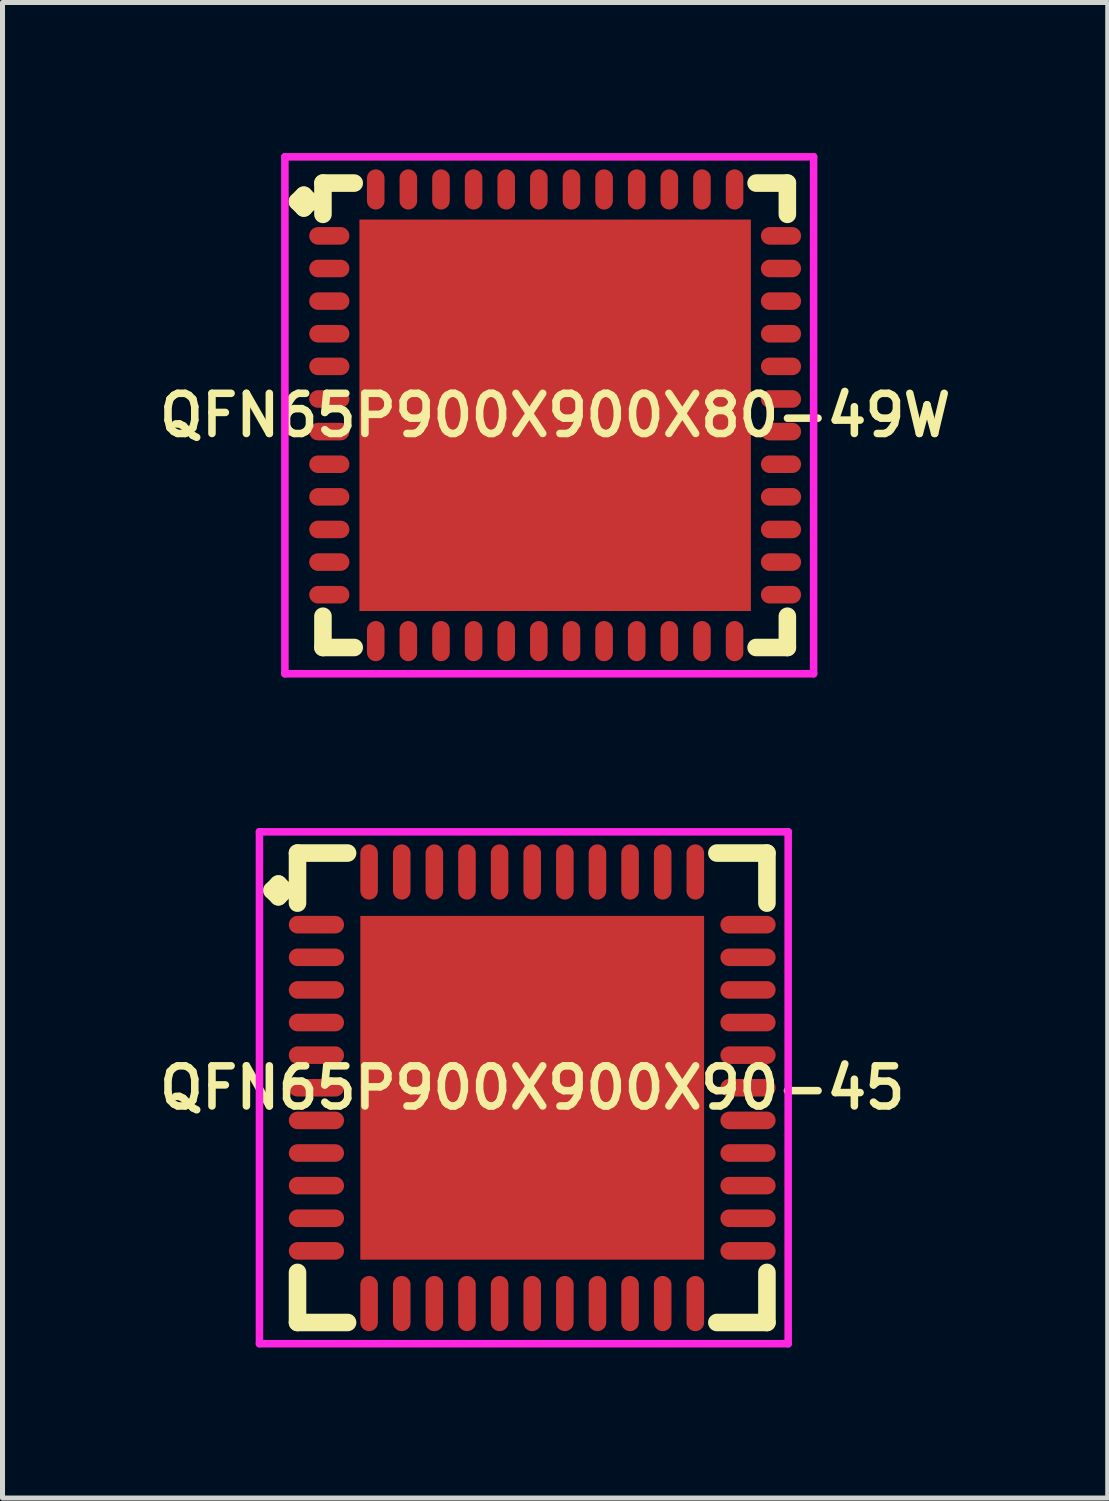
<source format=kicad_pcb>
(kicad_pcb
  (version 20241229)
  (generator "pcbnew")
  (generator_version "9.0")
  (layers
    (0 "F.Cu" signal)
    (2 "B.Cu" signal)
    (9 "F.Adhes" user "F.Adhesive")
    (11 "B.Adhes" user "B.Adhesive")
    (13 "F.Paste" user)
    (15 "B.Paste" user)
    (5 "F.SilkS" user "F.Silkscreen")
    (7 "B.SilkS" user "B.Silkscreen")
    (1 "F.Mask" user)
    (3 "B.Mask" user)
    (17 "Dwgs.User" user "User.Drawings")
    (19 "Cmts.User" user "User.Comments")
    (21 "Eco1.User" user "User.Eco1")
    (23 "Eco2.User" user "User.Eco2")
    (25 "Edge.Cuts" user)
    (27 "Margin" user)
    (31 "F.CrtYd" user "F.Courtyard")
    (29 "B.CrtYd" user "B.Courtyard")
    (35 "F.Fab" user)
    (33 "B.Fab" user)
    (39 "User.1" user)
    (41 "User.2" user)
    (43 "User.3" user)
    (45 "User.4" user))
  (footprint "QFN65P900X900X80-49W"
    (layer "F.Cu")
    (at 8.012 5.225)
    (property "Reference" "QFN65P900X900X80-49W" (at 0 0 0) (layer "F.SilkS") (effects (font (size 0.8 0.8) (thickness 0.15))))
    (attr smd)
    (fp_line (start -5.135 -4.258) (end -5.008 -4.385) (stroke (width 0.35) (type solid)) (layer "F.SilkS"))
    (fp_line (start -5.008 -4.385) (end -4.881 -4.258) (stroke (width 0.35) (type solid)) (layer "F.SilkS"))
    (fp_line (start -5.008 -4.131) (end -5.135 -4.258) (stroke (width 0.35) (type solid)) (layer "F.SilkS"))
    (fp_line (start -4.881 -4.258) (end -5.008 -4.131) (stroke (width 0.35) (type solid)) (layer "F.SilkS"))
    (fp_line (start -4.627 -4.627) (end -4.004 -4.627) (stroke (width 0.35) (type solid)) (layer "F.SilkS"))
    (fp_line (start -4.627 -4.004) (end -4.627 -4.627) (stroke (width 0.35) (type solid)) (layer "F.SilkS"))
    (fp_line (start -4.627 4.004) (end -4.627 4.627) (stroke (width 0.35) (type solid)) (layer "F.SilkS"))
    (fp_line (start -4.627 4.627) (end -4.004 4.627) (stroke (width 0.35) (type solid)) (layer "F.SilkS"))
    (fp_line (start 4.004 -4.627) (end 4.627 -4.627) (stroke (width 0.35) (type solid)) (layer "F.SilkS"))
    (fp_line (start 4.004 4.627) (end 4.627 4.627) (stroke (width 0.35) (type solid)) (layer "F.SilkS"))
    (fp_line (start 4.627 -4.627) (end 4.627 -4.004) (stroke (width 0.35) (type solid)) (layer "F.SilkS"))
    (fp_line (start 4.627 4.627) (end 4.627 4.004) (stroke (width 0.35) (type solid)) (layer "F.SilkS"))
    (fp_line (start -5.385 -5.15) (end 5.15 -5.15) (stroke (width 0.15) (type solid)) (layer "F.CrtYd"))
    (fp_line (start -5.385 5.15) (end -5.385 -5.15) (stroke (width 0.15) (type solid)) (layer "F.CrtYd"))
    (fp_line (start 5.15 -5.15) (end 5.15 5.15) (stroke (width 0.15) (type solid)) (layer "F.CrtYd"))
    (fp_line (start 5.15 5.15) (end -5.385 5.15) (stroke (width 0.15) (type solid)) (layer "F.CrtYd"))
    (pad "1" smd oval (at -4.5 -3.575) (size 0.8 0.35) (layers "F.Cu" "F.Mask" "F.Paste"))
    (pad "2" smd oval (at -4.5 -2.925) (size 0.8 0.35) (layers "F.Cu" "F.Mask" "F.Paste"))
    (pad "3" smd oval (at -4.5 -2.275) (size 0.8 0.35) (layers "F.Cu" "F.Mask" "F.Paste"))
    (pad "4" smd oval (at -4.5 -1.625) (size 0.8 0.35) (layers "F.Cu" "F.Mask" "F.Paste"))
    (pad "5" smd oval (at -4.5 -0.975) (size 0.8 0.35) (layers "F.Cu" "F.Mask" "F.Paste"))
    (pad "6" smd oval (at -4.5 -0.325) (size 0.8 0.35) (layers "F.Cu" "F.Mask" "F.Paste"))
    (pad "7" smd oval (at -4.5 0.325) (size 0.8 0.35) (layers "F.Cu" "F.Mask" "F.Paste"))
    (pad "8" smd oval (at -4.5 0.975) (size 0.8 0.35) (layers "F.Cu" "F.Mask" "F.Paste"))
    (pad "9" smd oval (at -4.5 1.625) (size 0.8 0.35) (layers "F.Cu" "F.Mask" "F.Paste"))
    (pad "10" smd oval (at -4.5 2.275) (size 0.8 0.35) (layers "F.Cu" "F.Mask" "F.Paste"))
    (pad "11" smd oval (at -4.5 2.925) (size 0.8 0.35) (layers "F.Cu" "F.Mask" "F.Paste"))
    (pad "12" smd oval (at -4.5 3.575) (size 0.8 0.35) (layers "F.Cu" "F.Mask" "F.Paste"))
    (pad "13" smd oval (at -3.575 4.5) (size 0.35 0.8) (layers "F.Cu" "F.Mask" "F.Paste"))
    (pad "14" smd oval (at -2.925 4.5) (size 0.35 0.8) (layers "F.Cu" "F.Mask" "F.Paste"))
    (pad "15" smd oval (at -2.275 4.5) (size 0.35 0.8) (layers "F.Cu" "F.Mask" "F.Paste"))
    (pad "16" smd oval (at -1.625 4.5) (size 0.35 0.8) (layers "F.Cu" "F.Mask" "F.Paste"))
    (pad "17" smd oval (at -0.975 4.5) (size 0.35 0.8) (layers "F.Cu" "F.Mask" "F.Paste"))
    (pad "18" smd oval (at -0.325 4.5) (size 0.35 0.8) (layers "F.Cu" "F.Mask" "F.Paste"))
    (pad "19" smd oval (at 0.325 4.5) (size 0.35 0.8) (layers "F.Cu" "F.Mask" "F.Paste"))
    (pad "20" smd oval (at 0.975 4.5) (size 0.35 0.8) (layers "F.Cu" "F.Mask" "F.Paste"))
    (pad "21" smd oval (at 1.625 4.5) (size 0.35 0.8) (layers "F.Cu" "F.Mask" "F.Paste"))
    (pad "22" smd oval (at 2.275 4.5) (size 0.35 0.8) (layers "F.Cu" "F.Mask" "F.Paste"))
    (pad "23" smd oval (at 2.925 4.5) (size 0.35 0.8) (layers "F.Cu" "F.Mask" "F.Paste"))
    (pad "24" smd oval (at 3.575 4.5) (size 0.35 0.8) (layers "F.Cu" "F.Mask" "F.Paste"))
    (pad "25" smd oval (at 4.5 3.575) (size 0.8 0.35) (layers "F.Cu" "F.Mask" "F.Paste"))
    (pad "26" smd oval (at 4.5 2.925) (size 0.8 0.35) (layers "F.Cu" "F.Mask" "F.Paste"))
    (pad "27" smd oval (at 4.5 2.275) (size 0.8 0.35) (layers "F.Cu" "F.Mask" "F.Paste"))
    (pad "28" smd oval (at 4.5 1.625) (size 0.8 0.35) (layers "F.Cu" "F.Mask" "F.Paste"))
    (pad "29" smd oval (at 4.5 0.975) (size 0.8 0.35) (layers "F.Cu" "F.Mask" "F.Paste"))
    (pad "30" smd oval (at 4.5 0.325) (size 0.8 0.35) (layers "F.Cu" "F.Mask" "F.Paste"))
    (pad "31" smd oval (at 4.5 -0.325) (size 0.8 0.35) (layers "F.Cu" "F.Mask" "F.Paste"))
    (pad "32" smd oval (at 4.5 -0.975) (size 0.8 0.35) (layers "F.Cu" "F.Mask" "F.Paste"))
    (pad "33" smd oval (at 4.5 -1.625) (size 0.8 0.35) (layers "F.Cu" "F.Mask" "F.Paste"))
    (pad "34" smd oval (at 4.5 -2.275) (size 0.8 0.35) (layers "F.Cu" "F.Mask" "F.Paste"))
    (pad "35" smd oval (at 4.5 -2.925) (size 0.8 0.35) (layers "F.Cu" "F.Mask" "F.Paste"))
    (pad "36" smd oval (at 4.5 -3.575) (size 0.8 0.35) (layers "F.Cu" "F.Mask" "F.Paste"))
    (pad "37" smd oval (at 3.575 -4.5) (size 0.35 0.8) (layers "F.Cu" "F.Mask" "F.Paste"))
    (pad "38" smd oval (at 2.925 -4.5) (size 0.35 0.8) (layers "F.Cu" "F.Mask" "F.Paste"))
    (pad "39" smd oval (at 2.275 -4.5) (size 0.35 0.8) (layers "F.Cu" "F.Mask" "F.Paste"))
    (pad "40" smd oval (at 1.625 -4.5) (size 0.35 0.8) (layers "F.Cu" "F.Mask" "F.Paste"))
    (pad "41" smd oval (at 0.975 -4.5) (size 0.35 0.8) (layers "F.Cu" "F.Mask" "F.Paste"))
    (pad "42" smd oval (at 0.325 -4.5) (size 0.35 0.8) (layers "F.Cu" "F.Mask" "F.Paste"))
    (pad "43" smd oval (at -0.325 -4.5) (size 0.35 0.8) (layers "F.Cu" "F.Mask" "F.Paste"))
    (pad "44" smd oval (at -0.975 -4.5) (size 0.35 0.8) (layers "F.Cu" "F.Mask" "F.Paste"))
    (pad "45" smd oval (at -1.625 -4.5) (size 0.35 0.8) (layers "F.Cu" "F.Mask" "F.Paste"))
    (pad "46" smd oval (at -2.275 -4.5) (size 0.35 0.8) (layers "F.Cu" "F.Mask" "F.Paste"))
    (pad "47" smd oval (at -2.925 -4.5) (size 0.35 0.8) (layers "F.Cu" "F.Mask" "F.Paste"))
    (pad "48" smd oval (at -3.575 -4.5) (size 0.35 0.8) (layers "F.Cu" "F.Mask" "F.Paste"))
    (pad "49" smd rect (at 0 0) (size 7.8 7.8) (layers "F.Cu" "F.Mask" "F.Paste")))
  (footprint "QFN65P900X900X90-45"
    (layer "F.Cu")
    (at 7.555 18.625)
    (property "Reference" "QFN65P900X900X90-45" (at 0 0 0) (layer "F.SilkS") (effects (font (size 0.8 0.8) (thickness 0.15))))
    (attr smd)
    (fp_line (start -5.185 -3.933) (end -5.058 -4.06) (stroke (width 0.35) (type solid)) (layer "F.SilkS"))
    (fp_line (start -5.058 -4.06) (end -4.931 -3.933) (stroke (width 0.35) (type solid)) (layer "F.SilkS"))
    (fp_line (start -5.058 -3.806) (end -5.185 -3.933) (stroke (width 0.35) (type solid)) (layer "F.SilkS"))
    (fp_line (start -4.931 -3.933) (end -5.058 -3.806) (stroke (width 0.35) (type solid)) (layer "F.SilkS"))
    (fp_line (start -4.677 -4.677) (end -3.679 -4.677) (stroke (width 0.35) (type solid)) (layer "F.SilkS"))
    (fp_line (start -4.677 -3.679) (end -4.677 -4.677) (stroke (width 0.35) (type solid)) (layer "F.SilkS"))
    (fp_line (start -4.677 3.679) (end -4.677 4.677) (stroke (width 0.35) (type solid)) (layer "F.SilkS"))
    (fp_line (start -4.677 4.677) (end -3.679 4.677) (stroke (width 0.35) (type solid)) (layer "F.SilkS"))
    (fp_line (start 3.679 -4.677) (end 4.677 -4.677) (stroke (width 0.35) (type solid)) (layer "F.SilkS"))
    (fp_line (start 3.679 4.677) (end 4.677 4.677) (stroke (width 0.35) (type solid)) (layer "F.SilkS"))
    (fp_line (start 4.677 -4.677) (end 4.677 -3.679) (stroke (width 0.35) (type solid)) (layer "F.SilkS"))
    (fp_line (start 4.677 4.677) (end 4.677 3.679) (stroke (width 0.35) (type solid)) (layer "F.SilkS"))
    (fp_line (start -5.435 -5.1) (end 5.1 -5.1) (stroke (width 0.15) (type solid)) (layer "F.CrtYd"))
    (fp_line (start -5.435 5.1) (end -5.435 -5.1) (stroke (width 0.15) (type solid)) (layer "F.CrtYd"))
    (fp_line (start 5.1 -5.1) (end 5.1 5.1) (stroke (width 0.15) (type solid)) (layer "F.CrtYd"))
    (fp_line (start 5.1 5.1) (end -5.435 5.1) (stroke (width 0.15) (type solid)) (layer "F.CrtYd"))
    (pad "1" smd oval (at -4.3 -3.25) (size 1.1 0.35) (layers "F.Cu" "F.Mask" "F.Paste"))
    (pad "2" smd oval (at -4.3 -2.6) (size 1.1 0.35) (layers "F.Cu" "F.Mask" "F.Paste"))
    (pad "3" smd oval (at -4.3 -1.95) (size 1.1 0.35) (layers "F.Cu" "F.Mask" "F.Paste"))
    (pad "4" smd oval (at -4.3 -1.3) (size 1.1 0.35) (layers "F.Cu" "F.Mask" "F.Paste"))
    (pad "5" smd oval (at -4.3 -0.65) (size 1.1 0.35) (layers "F.Cu" "F.Mask" "F.Paste"))
    (pad "6" smd oval (at -4.3 0) (size 1.1 0.35) (layers "F.Cu" "F.Mask" "F.Paste"))
    (pad "7" smd oval (at -4.3 0.65) (size 1.1 0.35) (layers "F.Cu" "F.Mask" "F.Paste"))
    (pad "8" smd oval (at -4.3 1.3) (size 1.1 0.35) (layers "F.Cu" "F.Mask" "F.Paste"))
    (pad "9" smd oval (at -4.3 1.95) (size 1.1 0.35) (layers "F.Cu" "F.Mask" "F.Paste"))
    (pad "10" smd oval (at -4.3 2.6) (size 1.1 0.35) (layers "F.Cu" "F.Mask" "F.Paste"))
    (pad "11" smd oval (at -4.3 3.25) (size 1.1 0.35) (layers "F.Cu" "F.Mask" "F.Paste"))
    (pad "12" smd oval (at -3.25 4.3) (size 0.35 1.1) (layers "F.Cu" "F.Mask" "F.Paste"))
    (pad "13" smd oval (at -2.6 4.3) (size 0.35 1.1) (layers "F.Cu" "F.Mask" "F.Paste"))
    (pad "14" smd oval (at -1.95 4.3) (size 0.35 1.1) (layers "F.Cu" "F.Mask" "F.Paste"))
    (pad "15" smd oval (at -1.3 4.3) (size 0.35 1.1) (layers "F.Cu" "F.Mask" "F.Paste"))
    (pad "16" smd oval (at -0.65 4.3) (size 0.35 1.1) (layers "F.Cu" "F.Mask" "F.Paste"))
    (pad "17" smd oval (at 0 4.3) (size 0.35 1.1) (layers "F.Cu" "F.Mask" "F.Paste"))
    (pad "18" smd oval (at 0.65 4.3) (size 0.35 1.1) (layers "F.Cu" "F.Mask" "F.Paste"))
    (pad "19" smd oval (at 1.3 4.3) (size 0.35 1.1) (layers "F.Cu" "F.Mask" "F.Paste"))
    (pad "20" smd oval (at 1.95 4.3) (size 0.35 1.1) (layers "F.Cu" "F.Mask" "F.Paste"))
    (pad "21" smd oval (at 2.6 4.3) (size 0.35 1.1) (layers "F.Cu" "F.Mask" "F.Paste"))
    (pad "22" smd oval (at 3.25 4.3) (size 0.35 1.1) (layers "F.Cu" "F.Mask" "F.Paste"))
    (pad "23" smd oval (at 4.3 3.25) (size 1.1 0.35) (layers "F.Cu" "F.Mask" "F.Paste"))
    (pad "24" smd oval (at 4.3 2.6) (size 1.1 0.35) (layers "F.Cu" "F.Mask" "F.Paste"))
    (pad "25" smd oval (at 4.3 1.95) (size 1.1 0.35) (layers "F.Cu" "F.Mask" "F.Paste"))
    (pad "26" smd oval (at 4.3 1.3) (size 1.1 0.35) (layers "F.Cu" "F.Mask" "F.Paste"))
    (pad "27" smd oval (at 4.3 0.65) (size 1.1 0.35) (layers "F.Cu" "F.Mask" "F.Paste"))
    (pad "28" smd oval (at 4.3 0) (size 1.1 0.35) (layers "F.Cu" "F.Mask" "F.Paste"))
    (pad "29" smd oval (at 4.3 -0.65) (size 1.1 0.35) (layers "F.Cu" "F.Mask" "F.Paste"))
    (pad "30" smd oval (at 4.3 -1.3) (size 1.1 0.35) (layers "F.Cu" "F.Mask" "F.Paste"))
    (pad "31" smd oval (at 4.3 -1.95) (size 1.1 0.35) (layers "F.Cu" "F.Mask" "F.Paste"))
    (pad "32" smd oval (at 4.3 -2.6) (size 1.1 0.35) (layers "F.Cu" "F.Mask" "F.Paste"))
    (pad "33" smd oval (at 4.3 -3.25) (size 1.1 0.35) (layers "F.Cu" "F.Mask" "F.Paste"))
    (pad "34" smd oval (at 3.25 -4.3) (size 0.35 1.1) (layers "F.Cu" "F.Mask" "F.Paste"))
    (pad "35" smd oval (at 2.6 -4.3) (size 0.35 1.1) (layers "F.Cu" "F.Mask" "F.Paste"))
    (pad "36" smd oval (at 1.95 -4.3) (size 0.35 1.1) (layers "F.Cu" "F.Mask" "F.Paste"))
    (pad "37" smd oval (at 1.3 -4.3) (size 0.35 1.1) (layers "F.Cu" "F.Mask" "F.Paste"))
    (pad "38" smd oval (at 0.65 -4.3) (size 0.35 1.1) (layers "F.Cu" "F.Mask" "F.Paste"))
    (pad "39" smd oval (at 0 -4.3) (size 0.35 1.1) (layers "F.Cu" "F.Mask" "F.Paste"))
    (pad "40" smd oval (at -0.65 -4.3) (size 0.35 1.1) (layers "F.Cu" "F.Mask" "F.Paste"))
    (pad "41" smd oval (at -1.3 -4.3) (size 0.35 1.1) (layers "F.Cu" "F.Mask" "F.Paste"))
    (pad "42" smd oval (at -1.95 -4.3) (size 0.35 1.1) (layers "F.Cu" "F.Mask" "F.Paste"))
    (pad "43" smd oval (at -2.6 -4.3) (size 0.35 1.1) (layers "F.Cu" "F.Mask" "F.Paste"))
    (pad "44" smd oval (at -3.25 -4.3) (size 0.35 1.1) (layers "F.Cu" "F.Mask" "F.Paste"))
    (pad "45" smd rect (at 0 0) (size 6.85 6.85) (layers "F.Cu" "F.Mask" "F.Paste")))
  (gr_rect
    (start -3 -3)
    (end 19.023 26.8)
    (stroke (width 0.1) (type default))
    (fill no)
    (layer "Edge.Cuts")))
</source>
